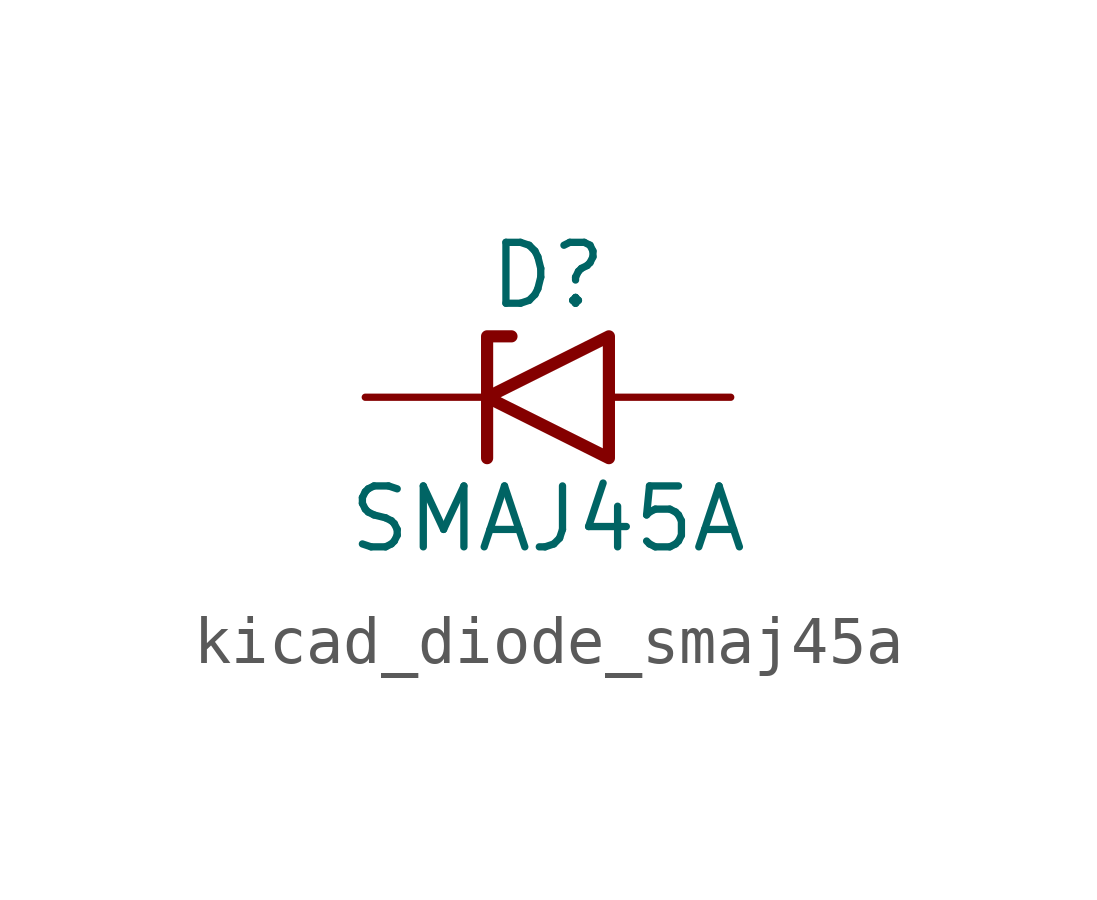
<source format=kicad_sym>
(kicad_symbol_lib
  (version 20220914)
  (generator kicad_symbol_editor)
  (symbol "kicad_diode_smaj45a"
    (pin_numbers hide)
    (pin_names
      (offset 1.016) hide)
    (property "Reference" "D"
      (at 0 2.54 0)
      (effects (font (size 1.27 1.27))))
    (property "Value" "SMAJ45A"
      (at 0 -2.54 0)
      (effects (font (size 1.27 1.27))))
    (symbol "kicad_diode_smaj45a_0_1"
      (polyline (pts (xy -0.762 1.27) (xy -1.27 1.27) (xy -1.27 -1.27)) (stroke (width 0.254) (type default)) (fill (type none)))
      (polyline (pts (xy 1.27 1.27) (xy 1.27 -1.27) (xy -1.27 0) (xy 1.27 1.27)) (stroke (width 0.254) (type default)) (fill (type none))))
    (symbol "kicad_diode_smaj45a_1_1"
      (pin passive line (at -3.81 0 0) (length 2.54) (name "A1" (effects (font (size 1.27 1.27)))) (number "1" (effects (font (size 1.27 1.27)))))
      (pin passive line (at 3.81 0 180) (length 2.54) (name "A2" (effects (font (size 1.27 1.27)))) (number "2" (effects (font (size 1.27 1.27))))))))
</source>
